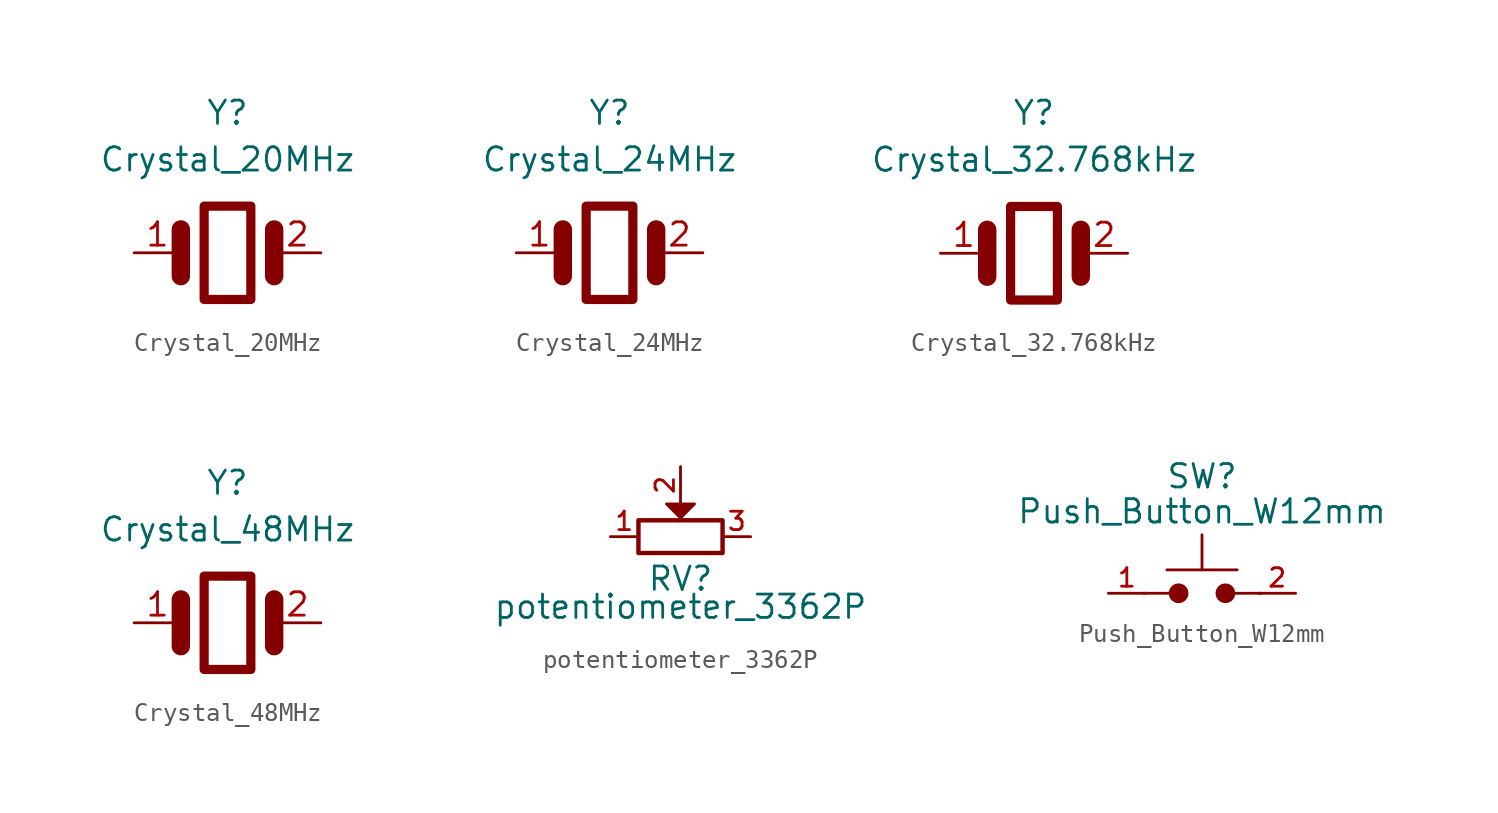
<source format=kicad_sym>
(kicad_symbol_lib
  (version 20211014)
  (generator kicad_symbol_editor)
  (symbol "Crystal_20MHz"
    (property "Reference" "Y"
      (at 0 7.62 0)
      (effects (font (size 1.27 1.27))))
    (property "Value" "Crystal_20MHz"
      (at 0 5.08 0)
      (effects (font (size 1.27 1.27))))
    (symbol "Crystal_20MHz_0_1"
      (rectangle (start -1.27 2.54) (end 1.27 -2.54) (stroke (width 0.5) (type default) (color 0 0 0 0)) (fill (type none)))
      (polyline (pts (xy -2.54 1.27) (xy -2.54 -1.27)) (stroke (width 1) (type default) (color 0 0 0 0)) (fill (type none)))
      (polyline (pts (xy 2.54 1.27) (xy 2.54 -1.27)) (stroke (width 1) (type default) (color 0 0 0 0)) (fill (type none))))
    (symbol "Crystal_20MHz_1_1"
      (pin passive line (at -5.08 0 0) (length 2.54) (name "" (effects (font (size 1.27 1.27)))) (number "1" (effects (font (size 1.27 1.27)))))
      (pin passive line (at 5.08 0 180) (length 2.54) (name "" (effects (font (size 1.27 1.27)))) (number "2" (effects (font (size 1.27 1.27)))))))
  (symbol "Crystal_24MHz"
    (property "Reference" "Y"
      (at 0 7.62 0)
      (effects (font (size 1.27 1.27))))
    (property "Value" "Crystal_24MHz"
      (at 0 5.08 0)
      (effects (font (size 1.27 1.27))))
    (symbol "Crystal_24MHz_0_1"
      (rectangle (start -1.27 2.54) (end 1.27 -2.54) (stroke (width 0.5) (type default) (color 0 0 0 0)) (fill (type none)))
      (polyline (pts (xy -2.54 1.27) (xy -2.54 -1.27)) (stroke (width 1) (type default) (color 0 0 0 0)) (fill (type none)))
      (polyline (pts (xy 2.54 1.27) (xy 2.54 -1.27)) (stroke (width 1) (type default) (color 0 0 0 0)) (fill (type none))))
    (symbol "Crystal_24MHz_1_1"
      (pin passive line (at -5.08 0 0) (length 2.54) (name "" (effects (font (size 1.27 1.27)))) (number "1" (effects (font (size 1.27 1.27)))))
      (pin passive line (at 5.08 0 180) (length 2.54) (name "" (effects (font (size 1.27 1.27)))) (number "2" (effects (font (size 1.27 1.27)))))))
  (symbol "Crystal_32.768kHz"
    (property "Reference" "Y"
      (at 0 7.62 0)
      (effects (font (size 1.27 1.27))))
    (property "Value" "Crystal_32.768kHz"
      (at 0 5.08 0)
      (effects (font (size 1.27 1.27))))
    (symbol "Crystal_32.768kHz_0_1"
      (rectangle (start -1.27 2.54) (end 1.27 -2.54) (stroke (width 0.5) (type default) (color 0 0 0 0)) (fill (type none)))
      (polyline (pts (xy -2.54 1.27) (xy -2.54 -1.27)) (stroke (width 1) (type default) (color 0 0 0 0)) (fill (type none)))
      (polyline (pts (xy 2.54 1.27) (xy 2.54 -1.27)) (stroke (width 1) (type default) (color 0 0 0 0)) (fill (type none))))
    (symbol "Crystal_32.768kHz_1_1"
      (pin passive line (at -5.08 0 0) (length 2.54) (name "" (effects (font (size 1.27 1.27)))) (number "1" (effects (font (size 1.27 1.27)))))
      (pin passive line (at 5.08 0 180) (length 2.54) (name "" (effects (font (size 1.27 1.27)))) (number "2" (effects (font (size 1.27 1.27)))))))
  (symbol "Crystal_48MHz"
    (property "Reference" "Y"
      (at 0 7.62 0)
      (effects (font (size 1.27 1.27))))
    (property "Value" "Crystal_48MHz"
      (at 0 5.08 0)
      (effects (font (size 1.27 1.27))))
    (symbol "Crystal_48MHz_0_1"
      (rectangle (start -1.27 2.54) (end 1.27 -2.54) (stroke (width 0.5) (type default) (color 0 0 0 0)) (fill (type none)))
      (polyline (pts (xy -2.54 1.27) (xy -2.54 -1.27)) (stroke (width 1) (type default) (color 0 0 0 0)) (fill (type none)))
      (polyline (pts (xy 2.54 1.27) (xy 2.54 -1.27)) (stroke (width 1) (type default) (color 0 0 0 0)) (fill (type none))))
    (symbol "Crystal_48MHz_1_1"
      (pin passive line (at -5.08 0 0) (length 2.54) (name "" (effects (font (size 1.27 1.27)))) (number "1" (effects (font (size 1.27 1.27)))))
      (pin passive line (at 5.08 0 180) (length 2.54) (name "" (effects (font (size 1.27 1.27)))) (number "2" (effects (font (size 1.27 1.27)))))))
  (symbol "potentiometer_3362P"
    (property "Reference" "RV"
      (at 0 -2.286 0)
      (effects (font (size 1.27 1.27))))
    (property "Value" "potentiometer_3362P"
      (at 0 -3.81 0)
      (effects (font (size 1.27 1.27))))
    (symbol "potentiometer_3362P_0_1"
      (rectangle (start -2.286 0.889) (end 2.286 -0.889) (stroke (width 0.24) (type default) (color 0 0 0 0)) (fill (type none)))
      (polyline (pts (xy 0 1.016) (xy 0.762 1.778) (xy -0.762 1.778) (xy 0 1.016)) (stroke (width 0) (type default) (color 0 0 0 0)) (fill (type outline))))
    (symbol "potentiometer_3362P_1_1"
      (pin passive line (at -3.81 0 0) (length 1.5) (name "~" (effects (font (size 1.27 1.27)))) (number "1" (effects (font (size 1 1)))))
      (pin passive line (at 0 3.81 270) (length 2) (name "~" (effects (font (size 1.27 1.27)))) (number "2" (effects (font (size 1 1)))))
      (pin passive line (at 3.81 0 180) (length 1.5) (name "~" (effects (font (size 1.27 1.27)))) (number "3" (effects (font (size 1 1)))))))
  (symbol "Push_Button_W12mm"
    (property "Reference" "SW"
      (at 0 6.35 0)
      (effects (font (size 1.27 1.27))))
    (property "Value" "Push_Button_W12mm"
      (at 0 4.445 0)
      (effects (font (size 1.27 1.27))))
    (symbol "Push_Button_W12mm_0_1"
      (circle (center -1.27 0) (radius 0.458) (stroke (width 0) (type default) (color 0 0 0 0)) (fill (type outline)))
      (polyline (pts (xy -3.175 0) (xy -1.778 0)) (stroke (width 0) (type default) (color 0 0 0 0)) (fill (type none)))
      (polyline (pts (xy -1.905 1.27) (xy 1.905 1.27)) (stroke (width 0) (type default) (color 0 0 0 0)) (fill (type none)))
      (polyline (pts (xy 0 1.27) (xy 0 3.175)) (stroke (width 0) (type default) (color 0 0 0 0)) (fill (type none)))
      (polyline (pts (xy 1.778 0) (xy 3.175 0)) (stroke (width 0) (type default) (color 0 0 0 0)) (fill (type none)))
      (circle (center 1.27 0) (radius 0.458) (stroke (width 0) (type default) (color 0 0 0 0)) (fill (type outline))))
    (symbol "Push_Button_W12mm_1_1"
      (pin passive line (at -5.08 0 0) (length 2) (name "" (effects (font (size 1.27 1.27)))) (number "1" (effects (font (size 1 1)))))
      (pin passive line (at 5.08 0 180) (length 2) (name "" (effects (font (size 1.27 1.27)))) (number "2" (effects (font (size 1 1))))))))
</source>
